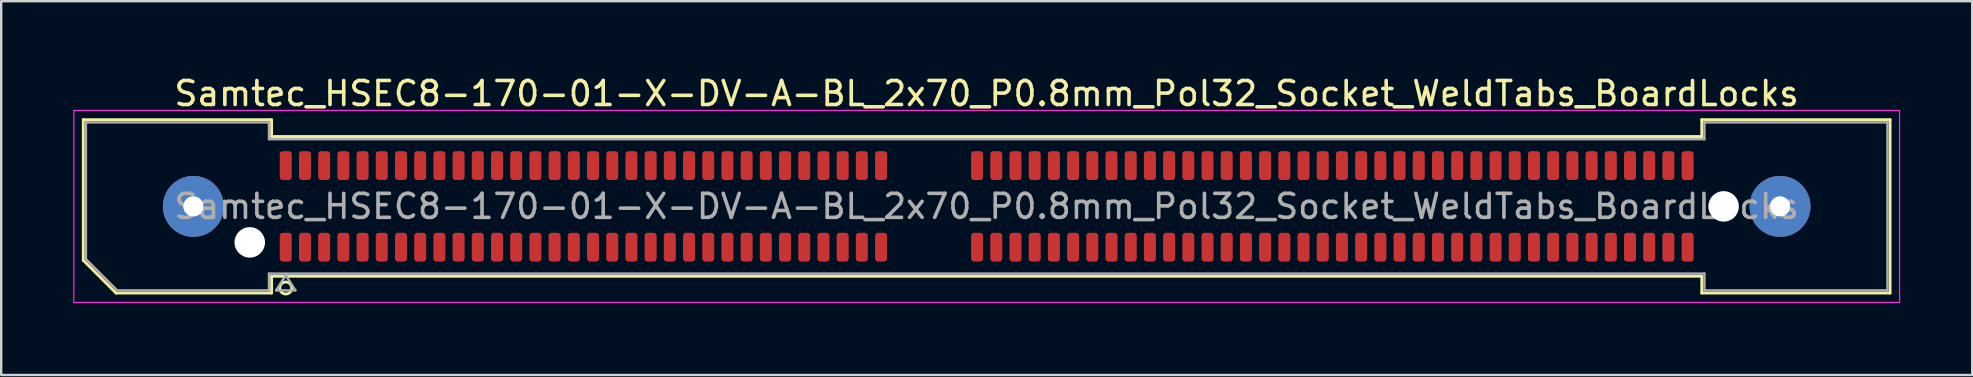
<source format=kicad_pcb>
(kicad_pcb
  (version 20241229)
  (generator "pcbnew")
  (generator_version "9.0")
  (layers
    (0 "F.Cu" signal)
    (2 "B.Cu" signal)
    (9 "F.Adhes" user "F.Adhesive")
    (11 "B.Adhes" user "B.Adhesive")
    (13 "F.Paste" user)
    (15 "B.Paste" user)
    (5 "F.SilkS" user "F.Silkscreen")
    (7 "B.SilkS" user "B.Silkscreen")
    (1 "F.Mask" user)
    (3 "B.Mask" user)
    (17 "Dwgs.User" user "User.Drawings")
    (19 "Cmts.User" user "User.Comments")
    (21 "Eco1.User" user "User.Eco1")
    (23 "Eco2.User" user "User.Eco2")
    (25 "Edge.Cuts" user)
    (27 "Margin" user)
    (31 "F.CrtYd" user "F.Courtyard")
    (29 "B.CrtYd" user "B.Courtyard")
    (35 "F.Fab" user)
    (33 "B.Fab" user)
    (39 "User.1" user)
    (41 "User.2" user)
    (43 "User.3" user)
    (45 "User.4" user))
  (footprint "Samtec_HSEC8-170-01-X-DV-A-BL_2x70_P0.8mm_Pol32_Socket_WeldTabs_BoardLocks"
    (layer "F.Cu")
    (at 38.055 5.548)
    (property "Reference" "Samtec_HSEC8-170-01-X-DV-A-BL_2x70_P0.8mm_Pol32_Socket_WeldTabs_BoardLocks" (at 0 -4.7 0) (layer "F.SilkS") (effects (font (size 1 1) (thickness 0.15))))
    (attr smd)
    (fp_line (start -37.635 -3.61) (end -29.79 -3.61) (stroke (width 0.12) (type solid)) (layer "F.SilkS"))
    (fp_line (start -37.635 2.246) (end -37.635 -3.61) (stroke (width 0.12) (type solid)) (layer "F.SilkS"))
    (fp_line (start -36.271 3.61) (end -37.635 2.246) (stroke (width 0.12) (type solid)) (layer "F.SilkS"))
    (fp_line (start -29.79 -3.61) (end -29.79 -2.91) (stroke (width 0.12) (type solid)) (layer "F.SilkS"))
    (fp_line (start -29.79 -2.91) (end 29.79 -2.91) (stroke (width 0.12) (type solid)) (layer "F.SilkS"))
    (fp_line (start -29.79 2.91) (end -29.79 3.61) (stroke (width 0.12) (type solid)) (layer "F.SilkS"))
    (fp_line (start -29.79 3.61) (end -36.271 3.61) (stroke (width 0.12) (type solid)) (layer "F.SilkS"))
    (fp_line (start 29.79 -3.61) (end 37.635 -3.61) (stroke (width 0.12) (type solid)) (layer "F.SilkS"))
    (fp_line (start 29.79 -2.91) (end 29.79 -3.61) (stroke (width 0.12) (type solid)) (layer "F.SilkS"))
    (fp_line (start 29.79 2.91) (end -29.79 2.91) (stroke (width 0.12) (type solid)) (layer "F.SilkS"))
    (fp_line (start 29.79 3.61) (end 29.79 2.91) (stroke (width 0.12) (type solid)) (layer "F.SilkS"))
    (fp_line (start 37.635 -3.61) (end 37.635 3.61) (stroke (width 0.12) (type solid)) (layer "F.SilkS"))
    (fp_line (start 37.635 3.61) (end 29.79 3.61) (stroke (width 0.12) (type solid)) (layer "F.SilkS"))
    (fp_circle (center -29.2 3.4) (end -28.95 3.4) (stroke (width 0.12) (type solid)) (fill no) (layer "F.SilkS"))
    (fp_line (start -38.03 -4) (end -38.03 4) (stroke (width 0.05) (type solid)) (layer "F.CrtYd"))
    (fp_line (start -38.03 4) (end 38.03 4) (stroke (width 0.05) (type solid)) (layer "F.CrtYd"))
    (fp_line (start 38.03 -4) (end -38.03 -4) (stroke (width 0.05) (type solid)) (layer "F.CrtYd"))
    (fp_line (start 38.03 4) (end 38.03 -4) (stroke (width 0.05) (type solid)) (layer "F.CrtYd"))
    (fp_line (start -37.525 -3.5) (end -29.9 -3.5) (stroke (width 0.1) (type solid)) (layer "F.Fab"))
    (fp_line (start -37.525 2.2) (end -37.525 -3.5) (stroke (width 0.1) (type solid)) (layer "F.Fab"))
    (fp_line (start -36.225 3.5) (end -37.525 2.2) (stroke (width 0.1) (type solid)) (layer "F.Fab"))
    (fp_line (start -29.9 -3.5) (end -29.9 -2.8) (stroke (width 0.1) (type solid)) (layer "F.Fab"))
    (fp_line (start -29.9 -2.8) (end 29.9 -2.8) (stroke (width 0.1) (type solid)) (layer "F.Fab"))
    (fp_line (start -29.9 2.8) (end -29.9 3.5) (stroke (width 0.1) (type solid)) (layer "F.Fab"))
    (fp_line (start -29.9 3.5) (end -36.225 3.5) (stroke (width 0.1) (type solid)) (layer "F.Fab"))
    (fp_line (start -29.6 3.5) (end -29.2 2.86) (stroke (width 0.1) (type solid)) (layer "F.Fab"))
    (fp_line (start -29.2 2.86) (end -28.8 3.5) (stroke (width 0.1) (type solid)) (layer "F.Fab"))
    (fp_line (start -28.8 3.5) (end -29.6 3.5) (stroke (width 0.1) (type solid)) (layer "F.Fab"))
    (fp_line (start 29.9 -3.5) (end 37.525 -3.5) (stroke (width 0.1) (type solid)) (layer "F.Fab"))
    (fp_line (start 29.9 -2.8) (end 29.9 -3.5) (stroke (width 0.1) (type solid)) (layer "F.Fab"))
    (fp_line (start 29.9 2.8) (end -29.9 2.8) (stroke (width 0.1) (type solid)) (layer "F.Fab"))
    (fp_line (start 29.9 3.5) (end 29.9 2.8) (stroke (width 0.1) (type solid)) (layer "F.Fab"))
    (fp_line (start 37.525 -3.5) (end 37.525 3.5) (stroke (width 0.1) (type solid)) (layer "F.Fab"))
    (fp_line (start 37.525 3.5) (end 29.9 3.5) (stroke (width 0.1) (type solid)) (layer "F.Fab"))
    (fp_text user "${REFERENCE}" (at 0 0 0) (layer "F.Fab") (effects (font (size 1 1) (thickness 0.15))))
    (pad "" thru_hole circle (at -33.05 0) (size 2.54 2.54) (drill 0.84) (layers "*.Cu" "*.Mask" "F.Paste"))
    (pad "" np_thru_hole circle (at -30.7 1.5) (size 1.27 1.27) (drill 1.27) (layers "*.Cu" "*.Mask"))
    (pad "" np_thru_hole circle (at 30.7 0) (size 1.27 1.27) (drill 1.27) (layers "*.Cu" "*.Mask"))
    (pad "" thru_hole circle (at 33.05 0) (size 2.54 2.54) (drill 0.84) (layers "*.Cu" "*.Mask" "F.Paste"))
    (pad "1" smd roundrect (at -29.2 1.7) (size 0.5 1.2) (layers "F.Cu" "F.Mask" "F.Paste") (roundrect_rratio 0.25))
    (pad "2" smd roundrect (at -29.2 -1.7) (size 0.5 1.2) (layers "F.Cu" "F.Mask" "F.Paste") (roundrect_rratio 0.25))
    (pad "3" smd roundrect (at -28.4 1.7) (size 0.5 1.2) (layers "F.Cu" "F.Mask" "F.Paste") (roundrect_rratio 0.25))
    (pad "4" smd roundrect (at -28.4 -1.7) (size 0.5 1.2) (layers "F.Cu" "F.Mask" "F.Paste") (roundrect_rratio 0.25))
    (pad "5" smd roundrect (at -27.6 1.7) (size 0.5 1.2) (layers "F.Cu" "F.Mask" "F.Paste") (roundrect_rratio 0.25))
    (pad "6" smd roundrect (at -27.6 -1.7) (size 0.5 1.2) (layers "F.Cu" "F.Mask" "F.Paste") (roundrect_rratio 0.25))
    (pad "7" smd roundrect (at -26.8 1.7) (size 0.5 1.2) (layers "F.Cu" "F.Mask" "F.Paste") (roundrect_rratio 0.25))
    (pad "8" smd roundrect (at -26.8 -1.7) (size 0.5 1.2) (layers "F.Cu" "F.Mask" "F.Paste") (roundrect_rratio 0.25))
    (pad "9" smd roundrect (at -26 1.7) (size 0.5 1.2) (layers "F.Cu" "F.Mask" "F.Paste") (roundrect_rratio 0.25))
    (pad "10" smd roundrect (at -26 -1.7) (size 0.5 1.2) (layers "F.Cu" "F.Mask" "F.Paste") (roundrect_rratio 0.25))
    (pad "11" smd roundrect (at -25.2 1.7) (size 0.5 1.2) (layers "F.Cu" "F.Mask" "F.Paste") (roundrect_rratio 0.25))
    (pad "12" smd roundrect (at -25.2 -1.7) (size 0.5 1.2) (layers "F.Cu" "F.Mask" "F.Paste") (roundrect_rratio 0.25))
    (pad "13" smd roundrect (at -24.4 1.7) (size 0.5 1.2) (layers "F.Cu" "F.Mask" "F.Paste") (roundrect_rratio 0.25))
    (pad "14" smd roundrect (at -24.4 -1.7) (size 0.5 1.2) (layers "F.Cu" "F.Mask" "F.Paste") (roundrect_rratio 0.25))
    (pad "15" smd roundrect (at -23.6 1.7) (size 0.5 1.2) (layers "F.Cu" "F.Mask" "F.Paste") (roundrect_rratio 0.25))
    (pad "16" smd roundrect (at -23.6 -1.7) (size 0.5 1.2) (layers "F.Cu" "F.Mask" "F.Paste") (roundrect_rratio 0.25))
    (pad "17" smd roundrect (at -22.8 1.7) (size 0.5 1.2) (layers "F.Cu" "F.Mask" "F.Paste") (roundrect_rratio 0.25))
    (pad "18" smd roundrect (at -22.8 -1.7) (size 0.5 1.2) (layers "F.Cu" "F.Mask" "F.Paste") (roundrect_rratio 0.25))
    (pad "19" smd roundrect (at -22 1.7) (size 0.5 1.2) (layers "F.Cu" "F.Mask" "F.Paste") (roundrect_rratio 0.25))
    (pad "20" smd roundrect (at -22 -1.7) (size 0.5 1.2) (layers "F.Cu" "F.Mask" "F.Paste") (roundrect_rratio 0.25))
    (pad "21" smd roundrect (at -21.2 1.7) (size 0.5 1.2) (layers "F.Cu" "F.Mask" "F.Paste") (roundrect_rratio 0.25))
    (pad "22" smd roundrect (at -21.2 -1.7) (size 0.5 1.2) (layers "F.Cu" "F.Mask" "F.Paste") (roundrect_rratio 0.25))
    (pad "23" smd roundrect (at -20.4 1.7) (size 0.5 1.2) (layers "F.Cu" "F.Mask" "F.Paste") (roundrect_rratio 0.25))
    (pad "24" smd roundrect (at -20.4 -1.7) (size 0.5 1.2) (layers "F.Cu" "F.Mask" "F.Paste") (roundrect_rratio 0.25))
    (pad "25" smd roundrect (at -19.6 1.7) (size 0.5 1.2) (layers "F.Cu" "F.Mask" "F.Paste") (roundrect_rratio 0.25))
    (pad "26" smd roundrect (at -19.6 -1.7) (size 0.5 1.2) (layers "F.Cu" "F.Mask" "F.Paste") (roundrect_rratio 0.25))
    (pad "27" smd roundrect (at -18.8 1.7) (size 0.5 1.2) (layers "F.Cu" "F.Mask" "F.Paste") (roundrect_rratio 0.25))
    (pad "28" smd roundrect (at -18.8 -1.7) (size 0.5 1.2) (layers "F.Cu" "F.Mask" "F.Paste") (roundrect_rratio 0.25))
    (pad "29" smd roundrect (at -18 1.7) (size 0.5 1.2) (layers "F.Cu" "F.Mask" "F.Paste") (roundrect_rratio 0.25))
    (pad "30" smd roundrect (at -18 -1.7) (size 0.5 1.2) (layers "F.Cu" "F.Mask" "F.Paste") (roundrect_rratio 0.25))
    (pad "31" smd roundrect (at -17.2 1.7) (size 0.5 1.2) (layers "F.Cu" "F.Mask" "F.Paste") (roundrect_rratio 0.25))
    (pad "32" smd roundrect (at -17.2 -1.7) (size 0.5 1.2) (layers "F.Cu" "F.Mask" "F.Paste") (roundrect_rratio 0.25))
    (pad "33" smd roundrect (at -16.4 1.7) (size 0.5 1.2) (layers "F.Cu" "F.Mask" "F.Paste") (roundrect_rratio 0.25))
    (pad "34" smd roundrect (at -16.4 -1.7) (size 0.5 1.2) (layers "F.Cu" "F.Mask" "F.Paste") (roundrect_rratio 0.25))
    (pad "35" smd roundrect (at -15.6 1.7) (size 0.5 1.2) (layers "F.Cu" "F.Mask" "F.Paste") (roundrect_rratio 0.25))
    (pad "36" smd roundrect (at -15.6 -1.7) (size 0.5 1.2) (layers "F.Cu" "F.Mask" "F.Paste") (roundrect_rratio 0.25))
    (pad "37" smd roundrect (at -14.8 1.7) (size 0.5 1.2) (layers "F.Cu" "F.Mask" "F.Paste") (roundrect_rratio 0.25))
    (pad "38" smd roundrect (at -14.8 -1.7) (size 0.5 1.2) (layers "F.Cu" "F.Mask" "F.Paste") (roundrect_rratio 0.25))
    (pad "39" smd roundrect (at -14 1.7) (size 0.5 1.2) (layers "F.Cu" "F.Mask" "F.Paste") (roundrect_rratio 0.25))
    (pad "40" smd roundrect (at -14 -1.7) (size 0.5 1.2) (layers "F.Cu" "F.Mask" "F.Paste") (roundrect_rratio 0.25))
    (pad "41" smd roundrect (at -13.2 1.7) (size 0.5 1.2) (layers "F.Cu" "F.Mask" "F.Paste") (roundrect_rratio 0.25))
    (pad "42" smd roundrect (at -13.2 -1.7) (size 0.5 1.2) (layers "F.Cu" "F.Mask" "F.Paste") (roundrect_rratio 0.25))
    (pad "43" smd roundrect (at -12.4 1.7) (size 0.5 1.2) (layers "F.Cu" "F.Mask" "F.Paste") (roundrect_rratio 0.25))
    (pad "44" smd roundrect (at -12.4 -1.7) (size 0.5 1.2) (layers "F.Cu" "F.Mask" "F.Paste") (roundrect_rratio 0.25))
    (pad "45" smd roundrect (at -11.6 1.7) (size 0.5 1.2) (layers "F.Cu" "F.Mask" "F.Paste") (roundrect_rratio 0.25))
    (pad "46" smd roundrect (at -11.6 -1.7) (size 0.5 1.2) (layers "F.Cu" "F.Mask" "F.Paste") (roundrect_rratio 0.25))
    (pad "47" smd roundrect (at -10.8 1.7) (size 0.5 1.2) (layers "F.Cu" "F.Mask" "F.Paste") (roundrect_rratio 0.25))
    (pad "48" smd roundrect (at -10.8 -1.7) (size 0.5 1.2) (layers "F.Cu" "F.Mask" "F.Paste") (roundrect_rratio 0.25))
    (pad "49" smd roundrect (at -10 1.7) (size 0.5 1.2) (layers "F.Cu" "F.Mask" "F.Paste") (roundrect_rratio 0.25))
    (pad "50" smd roundrect (at -10 -1.7) (size 0.5 1.2) (layers "F.Cu" "F.Mask" "F.Paste") (roundrect_rratio 0.25))
    (pad "51" smd roundrect (at -9.2 1.7) (size 0.5 1.2) (layers "F.Cu" "F.Mask" "F.Paste") (roundrect_rratio 0.25))
    (pad "52" smd roundrect (at -9.2 -1.7) (size 0.5 1.2) (layers "F.Cu" "F.Mask" "F.Paste") (roundrect_rratio 0.25))
    (pad "53" smd roundrect (at -8.4 1.7) (size 0.5 1.2) (layers "F.Cu" "F.Mask" "F.Paste") (roundrect_rratio 0.25))
    (pad "54" smd roundrect (at -8.4 -1.7) (size 0.5 1.2) (layers "F.Cu" "F.Mask" "F.Paste") (roundrect_rratio 0.25))
    (pad "55" smd roundrect (at -7.6 1.7) (size 0.5 1.2) (layers "F.Cu" "F.Mask" "F.Paste") (roundrect_rratio 0.25))
    (pad "56" smd roundrect (at -7.6 -1.7) (size 0.5 1.2) (layers "F.Cu" "F.Mask" "F.Paste") (roundrect_rratio 0.25))
    (pad "57" smd roundrect (at -6.8 1.7) (size 0.5 1.2) (layers "F.Cu" "F.Mask" "F.Paste") (roundrect_rratio 0.25))
    (pad "58" smd roundrect (at -6.8 -1.7) (size 0.5 1.2) (layers "F.Cu" "F.Mask" "F.Paste") (roundrect_rratio 0.25))
    (pad "59" smd roundrect (at -6 1.7) (size 0.5 1.2) (layers "F.Cu" "F.Mask" "F.Paste") (roundrect_rratio 0.25))
    (pad "60" smd roundrect (at -6 -1.7) (size 0.5 1.2) (layers "F.Cu" "F.Mask" "F.Paste") (roundrect_rratio 0.25))
    (pad "61" smd roundrect (at -5.2 1.7) (size 0.5 1.2) (layers "F.Cu" "F.Mask" "F.Paste") (roundrect_rratio 0.25))
    (pad "62" smd roundrect (at -5.2 -1.7) (size 0.5 1.2) (layers "F.Cu" "F.Mask" "F.Paste") (roundrect_rratio 0.25))
    (pad "63" smd roundrect (at -4.4 1.7) (size 0.5 1.2) (layers "F.Cu" "F.Mask" "F.Paste") (roundrect_rratio 0.25))
    (pad "64" smd roundrect (at -4.4 -1.7) (size 0.5 1.2) (layers "F.Cu" "F.Mask" "F.Paste") (roundrect_rratio 0.25))
    (pad "65" smd roundrect (at -0.4 1.7) (size 0.5 1.2) (layers "F.Cu" "F.Mask" "F.Paste") (roundrect_rratio 0.25))
    (pad "66" smd roundrect (at -0.4 -1.7) (size 0.5 1.2) (layers "F.Cu" "F.Mask" "F.Paste") (roundrect_rratio 0.25))
    (pad "67" smd roundrect (at 0.4 1.7) (size 0.5 1.2) (layers "F.Cu" "F.Mask" "F.Paste") (roundrect_rratio 0.25))
    (pad "68" smd roundrect (at 0.4 -1.7) (size 0.5 1.2) (layers "F.Cu" "F.Mask" "F.Paste") (roundrect_rratio 0.25))
    (pad "69" smd roundrect (at 1.2 1.7) (size 0.5 1.2) (layers "F.Cu" "F.Mask" "F.Paste") (roundrect_rratio 0.25))
    (pad "70" smd roundrect (at 1.2 -1.7) (size 0.5 1.2) (layers "F.Cu" "F.Mask" "F.Paste") (roundrect_rratio 0.25))
    (pad "71" smd roundrect (at 2 1.7) (size 0.5 1.2) (layers "F.Cu" "F.Mask" "F.Paste") (roundrect_rratio 0.25))
    (pad "72" smd roundrect (at 2 -1.7) (size 0.5 1.2) (layers "F.Cu" "F.Mask" "F.Paste") (roundrect_rratio 0.25))
    (pad "73" smd roundrect (at 2.8 1.7) (size 0.5 1.2) (layers "F.Cu" "F.Mask" "F.Paste") (roundrect_rratio 0.25))
    (pad "74" smd roundrect (at 2.8 -1.7) (size 0.5 1.2) (layers "F.Cu" "F.Mask" "F.Paste") (roundrect_rratio 0.25))
    (pad "75" smd roundrect (at 3.6 1.7) (size 0.5 1.2) (layers "F.Cu" "F.Mask" "F.Paste") (roundrect_rratio 0.25))
    (pad "76" smd roundrect (at 3.6 -1.7) (size 0.5 1.2) (layers "F.Cu" "F.Mask" "F.Paste") (roundrect_rratio 0.25))
    (pad "77" smd roundrect (at 4.4 1.7) (size 0.5 1.2) (layers "F.Cu" "F.Mask" "F.Paste") (roundrect_rratio 0.25))
    (pad "78" smd roundrect (at 4.4 -1.7) (size 0.5 1.2) (layers "F.Cu" "F.Mask" "F.Paste") (roundrect_rratio 0.25))
    (pad "79" smd roundrect (at 5.2 1.7) (size 0.5 1.2) (layers "F.Cu" "F.Mask" "F.Paste") (roundrect_rratio 0.25))
    (pad "80" smd roundrect (at 5.2 -1.7) (size 0.5 1.2) (layers "F.Cu" "F.Mask" "F.Paste") (roundrect_rratio 0.25))
    (pad "81" smd roundrect (at 6 1.7) (size 0.5 1.2) (layers "F.Cu" "F.Mask" "F.Paste") (roundrect_rratio 0.25))
    (pad "82" smd roundrect (at 6 -1.7) (size 0.5 1.2) (layers "F.Cu" "F.Mask" "F.Paste") (roundrect_rratio 0.25))
    (pad "83" smd roundrect (at 6.8 1.7) (size 0.5 1.2) (layers "F.Cu" "F.Mask" "F.Paste") (roundrect_rratio 0.25))
    (pad "84" smd roundrect (at 6.8 -1.7) (size 0.5 1.2) (layers "F.Cu" "F.Mask" "F.Paste") (roundrect_rratio 0.25))
    (pad "85" smd roundrect (at 7.6 1.7) (size 0.5 1.2) (layers "F.Cu" "F.Mask" "F.Paste") (roundrect_rratio 0.25))
    (pad "86" smd roundrect (at 7.6 -1.7) (size 0.5 1.2) (layers "F.Cu" "F.Mask" "F.Paste") (roundrect_rratio 0.25))
    (pad "87" smd roundrect (at 8.4 1.7) (size 0.5 1.2) (layers "F.Cu" "F.Mask" "F.Paste") (roundrect_rratio 0.25))
    (pad "88" smd roundrect (at 8.4 -1.7) (size 0.5 1.2) (layers "F.Cu" "F.Mask" "F.Paste") (roundrect_rratio 0.25))
    (pad "89" smd roundrect (at 9.2 1.7) (size 0.5 1.2) (layers "F.Cu" "F.Mask" "F.Paste") (roundrect_rratio 0.25))
    (pad "90" smd roundrect (at 9.2 -1.7) (size 0.5 1.2) (layers "F.Cu" "F.Mask" "F.Paste") (roundrect_rratio 0.25))
    (pad "91" smd roundrect (at 10 1.7) (size 0.5 1.2) (layers "F.Cu" "F.Mask" "F.Paste") (roundrect_rratio 0.25))
    (pad "92" smd roundrect (at 10 -1.7) (size 0.5 1.2) (layers "F.Cu" "F.Mask" "F.Paste") (roundrect_rratio 0.25))
    (pad "93" smd roundrect (at 10.8 1.7) (size 0.5 1.2) (layers "F.Cu" "F.Mask" "F.Paste") (roundrect_rratio 0.25))
    (pad "94" smd roundrect (at 10.8 -1.7) (size 0.5 1.2) (layers "F.Cu" "F.Mask" "F.Paste") (roundrect_rratio 0.25))
    (pad "95" smd roundrect (at 11.6 1.7) (size 0.5 1.2) (layers "F.Cu" "F.Mask" "F.Paste") (roundrect_rratio 0.25))
    (pad "96" smd roundrect (at 11.6 -1.7) (size 0.5 1.2) (layers "F.Cu" "F.Mask" "F.Paste") (roundrect_rratio 0.25))
    (pad "97" smd roundrect (at 12.4 1.7) (size 0.5 1.2) (layers "F.Cu" "F.Mask" "F.Paste") (roundrect_rratio 0.25))
    (pad "98" smd roundrect (at 12.4 -1.7) (size 0.5 1.2) (layers "F.Cu" "F.Mask" "F.Paste") (roundrect_rratio 0.25))
    (pad "99" smd roundrect (at 13.2 1.7) (size 0.5 1.2) (layers "F.Cu" "F.Mask" "F.Paste") (roundrect_rratio 0.25))
    (pad "100" smd roundrect (at 13.2 -1.7) (size 0.5 1.2) (layers "F.Cu" "F.Mask" "F.Paste") (roundrect_rratio 0.25))
    (pad "101" smd roundrect (at 14 1.7) (size 0.5 1.2) (layers "F.Cu" "F.Mask" "F.Paste") (roundrect_rratio 0.25))
    (pad "102" smd roundrect (at 14 -1.7) (size 0.5 1.2) (layers "F.Cu" "F.Mask" "F.Paste") (roundrect_rratio 0.25))
    (pad "103" smd roundrect (at 14.8 1.7) (size 0.5 1.2) (layers "F.Cu" "F.Mask" "F.Paste") (roundrect_rratio 0.25))
    (pad "104" smd roundrect (at 14.8 -1.7) (size 0.5 1.2) (layers "F.Cu" "F.Mask" "F.Paste") (roundrect_rratio 0.25))
    (pad "105" smd roundrect (at 15.6 1.7) (size 0.5 1.2) (layers "F.Cu" "F.Mask" "F.Paste") (roundrect_rratio 0.25))
    (pad "106" smd roundrect (at 15.6 -1.7) (size 0.5 1.2) (layers "F.Cu" "F.Mask" "F.Paste") (roundrect_rratio 0.25))
    (pad "107" smd roundrect (at 16.4 1.7) (size 0.5 1.2) (layers "F.Cu" "F.Mask" "F.Paste") (roundrect_rratio 0.25))
    (pad "108" smd roundrect (at 16.4 -1.7) (size 0.5 1.2) (layers "F.Cu" "F.Mask" "F.Paste") (roundrect_rratio 0.25))
    (pad "109" smd roundrect (at 17.2 1.7) (size 0.5 1.2) (layers "F.Cu" "F.Mask" "F.Paste") (roundrect_rratio 0.25))
    (pad "110" smd roundrect (at 17.2 -1.7) (size 0.5 1.2) (layers "F.Cu" "F.Mask" "F.Paste") (roundrect_rratio 0.25))
    (pad "111" smd roundrect (at 18 1.7) (size 0.5 1.2) (layers "F.Cu" "F.Mask" "F.Paste") (roundrect_rratio 0.25))
    (pad "112" smd roundrect (at 18 -1.7) (size 0.5 1.2) (layers "F.Cu" "F.Mask" "F.Paste") (roundrect_rratio 0.25))
    (pad "113" smd roundrect (at 18.8 1.7) (size 0.5 1.2) (layers "F.Cu" "F.Mask" "F.Paste") (roundrect_rratio 0.25))
    (pad "114" smd roundrect (at 18.8 -1.7) (size 0.5 1.2) (layers "F.Cu" "F.Mask" "F.Paste") (roundrect_rratio 0.25))
    (pad "115" smd roundrect (at 19.6 1.7) (size 0.5 1.2) (layers "F.Cu" "F.Mask" "F.Paste") (roundrect_rratio 0.25))
    (pad "116" smd roundrect (at 19.6 -1.7) (size 0.5 1.2) (layers "F.Cu" "F.Mask" "F.Paste") (roundrect_rratio 0.25))
    (pad "117" smd roundrect (at 20.4 1.7) (size 0.5 1.2) (layers "F.Cu" "F.Mask" "F.Paste") (roundrect_rratio 0.25))
    (pad "118" smd roundrect (at 20.4 -1.7) (size 0.5 1.2) (layers "F.Cu" "F.Mask" "F.Paste") (roundrect_rratio 0.25))
    (pad "119" smd roundrect (at 21.2 1.7) (size 0.5 1.2) (layers "F.Cu" "F.Mask" "F.Paste") (roundrect_rratio 0.25))
    (pad "120" smd roundrect (at 21.2 -1.7) (size 0.5 1.2) (layers "F.Cu" "F.Mask" "F.Paste") (roundrect_rratio 0.25))
    (pad "121" smd roundrect (at 22 1.7) (size 0.5 1.2) (layers "F.Cu" "F.Mask" "F.Paste") (roundrect_rratio 0.25))
    (pad "122" smd roundrect (at 22 -1.7) (size 0.5 1.2) (layers "F.Cu" "F.Mask" "F.Paste") (roundrect_rratio 0.25))
    (pad "123" smd roundrect (at 22.8 1.7) (size 0.5 1.2) (layers "F.Cu" "F.Mask" "F.Paste") (roundrect_rratio 0.25))
    (pad "124" smd roundrect (at 22.8 -1.7) (size 0.5 1.2) (layers "F.Cu" "F.Mask" "F.Paste") (roundrect_rratio 0.25))
    (pad "125" smd roundrect (at 23.6 1.7) (size 0.5 1.2) (layers "F.Cu" "F.Mask" "F.Paste") (roundrect_rratio 0.25))
    (pad "126" smd roundrect (at 23.6 -1.7) (size 0.5 1.2) (layers "F.Cu" "F.Mask" "F.Paste") (roundrect_rratio 0.25))
    (pad "127" smd roundrect (at 24.4 1.7) (size 0.5 1.2) (layers "F.Cu" "F.Mask" "F.Paste") (roundrect_rratio 0.25))
    (pad "128" smd roundrect (at 24.4 -1.7) (size 0.5 1.2) (layers "F.Cu" "F.Mask" "F.Paste") (roundrect_rratio 0.25))
    (pad "129" smd roundrect (at 25.2 1.7) (size 0.5 1.2) (layers "F.Cu" "F.Mask" "F.Paste") (roundrect_rratio 0.25))
    (pad "130" smd roundrect (at 25.2 -1.7) (size 0.5 1.2) (layers "F.Cu" "F.Mask" "F.Paste") (roundrect_rratio 0.25))
    (pad "131" smd roundrect (at 26 1.7) (size 0.5 1.2) (layers "F.Cu" "F.Mask" "F.Paste") (roundrect_rratio 0.25))
    (pad "132" smd roundrect (at 26 -1.7) (size 0.5 1.2) (layers "F.Cu" "F.Mask" "F.Paste") (roundrect_rratio 0.25))
    (pad "133" smd roundrect (at 26.8 1.7) (size 0.5 1.2) (layers "F.Cu" "F.Mask" "F.Paste") (roundrect_rratio 0.25))
    (pad "134" smd roundrect (at 26.8 -1.7) (size 0.5 1.2) (layers "F.Cu" "F.Mask" "F.Paste") (roundrect_rratio 0.25))
    (pad "135" smd roundrect (at 27.6 1.7) (size 0.5 1.2) (layers "F.Cu" "F.Mask" "F.Paste") (roundrect_rratio 0.25))
    (pad "136" smd roundrect (at 27.6 -1.7) (size 0.5 1.2) (layers "F.Cu" "F.Mask" "F.Paste") (roundrect_rratio 0.25))
    (pad "137" smd roundrect (at 28.4 1.7) (size 0.5 1.2) (layers "F.Cu" "F.Mask" "F.Paste") (roundrect_rratio 0.25))
    (pad "138" smd roundrect (at 28.4 -1.7) (size 0.5 1.2) (layers "F.Cu" "F.Mask" "F.Paste") (roundrect_rratio 0.25))
    (pad "139" smd roundrect (at 29.2 1.7) (size 0.5 1.2) (layers "F.Cu" "F.Mask" "F.Paste") (roundrect_rratio 0.25))
    (pad "140" smd roundrect (at 29.2 -1.7) (size 0.5 1.2) (layers "F.Cu" "F.Mask" "F.Paste") (roundrect_rratio 0.25)))
  (gr_rect
    (start -3 -3)
    (end 79.11 12.573)
    (stroke (width 0.1) (type default))
    (fill no)
    (layer "Edge.Cuts")))
</source>
